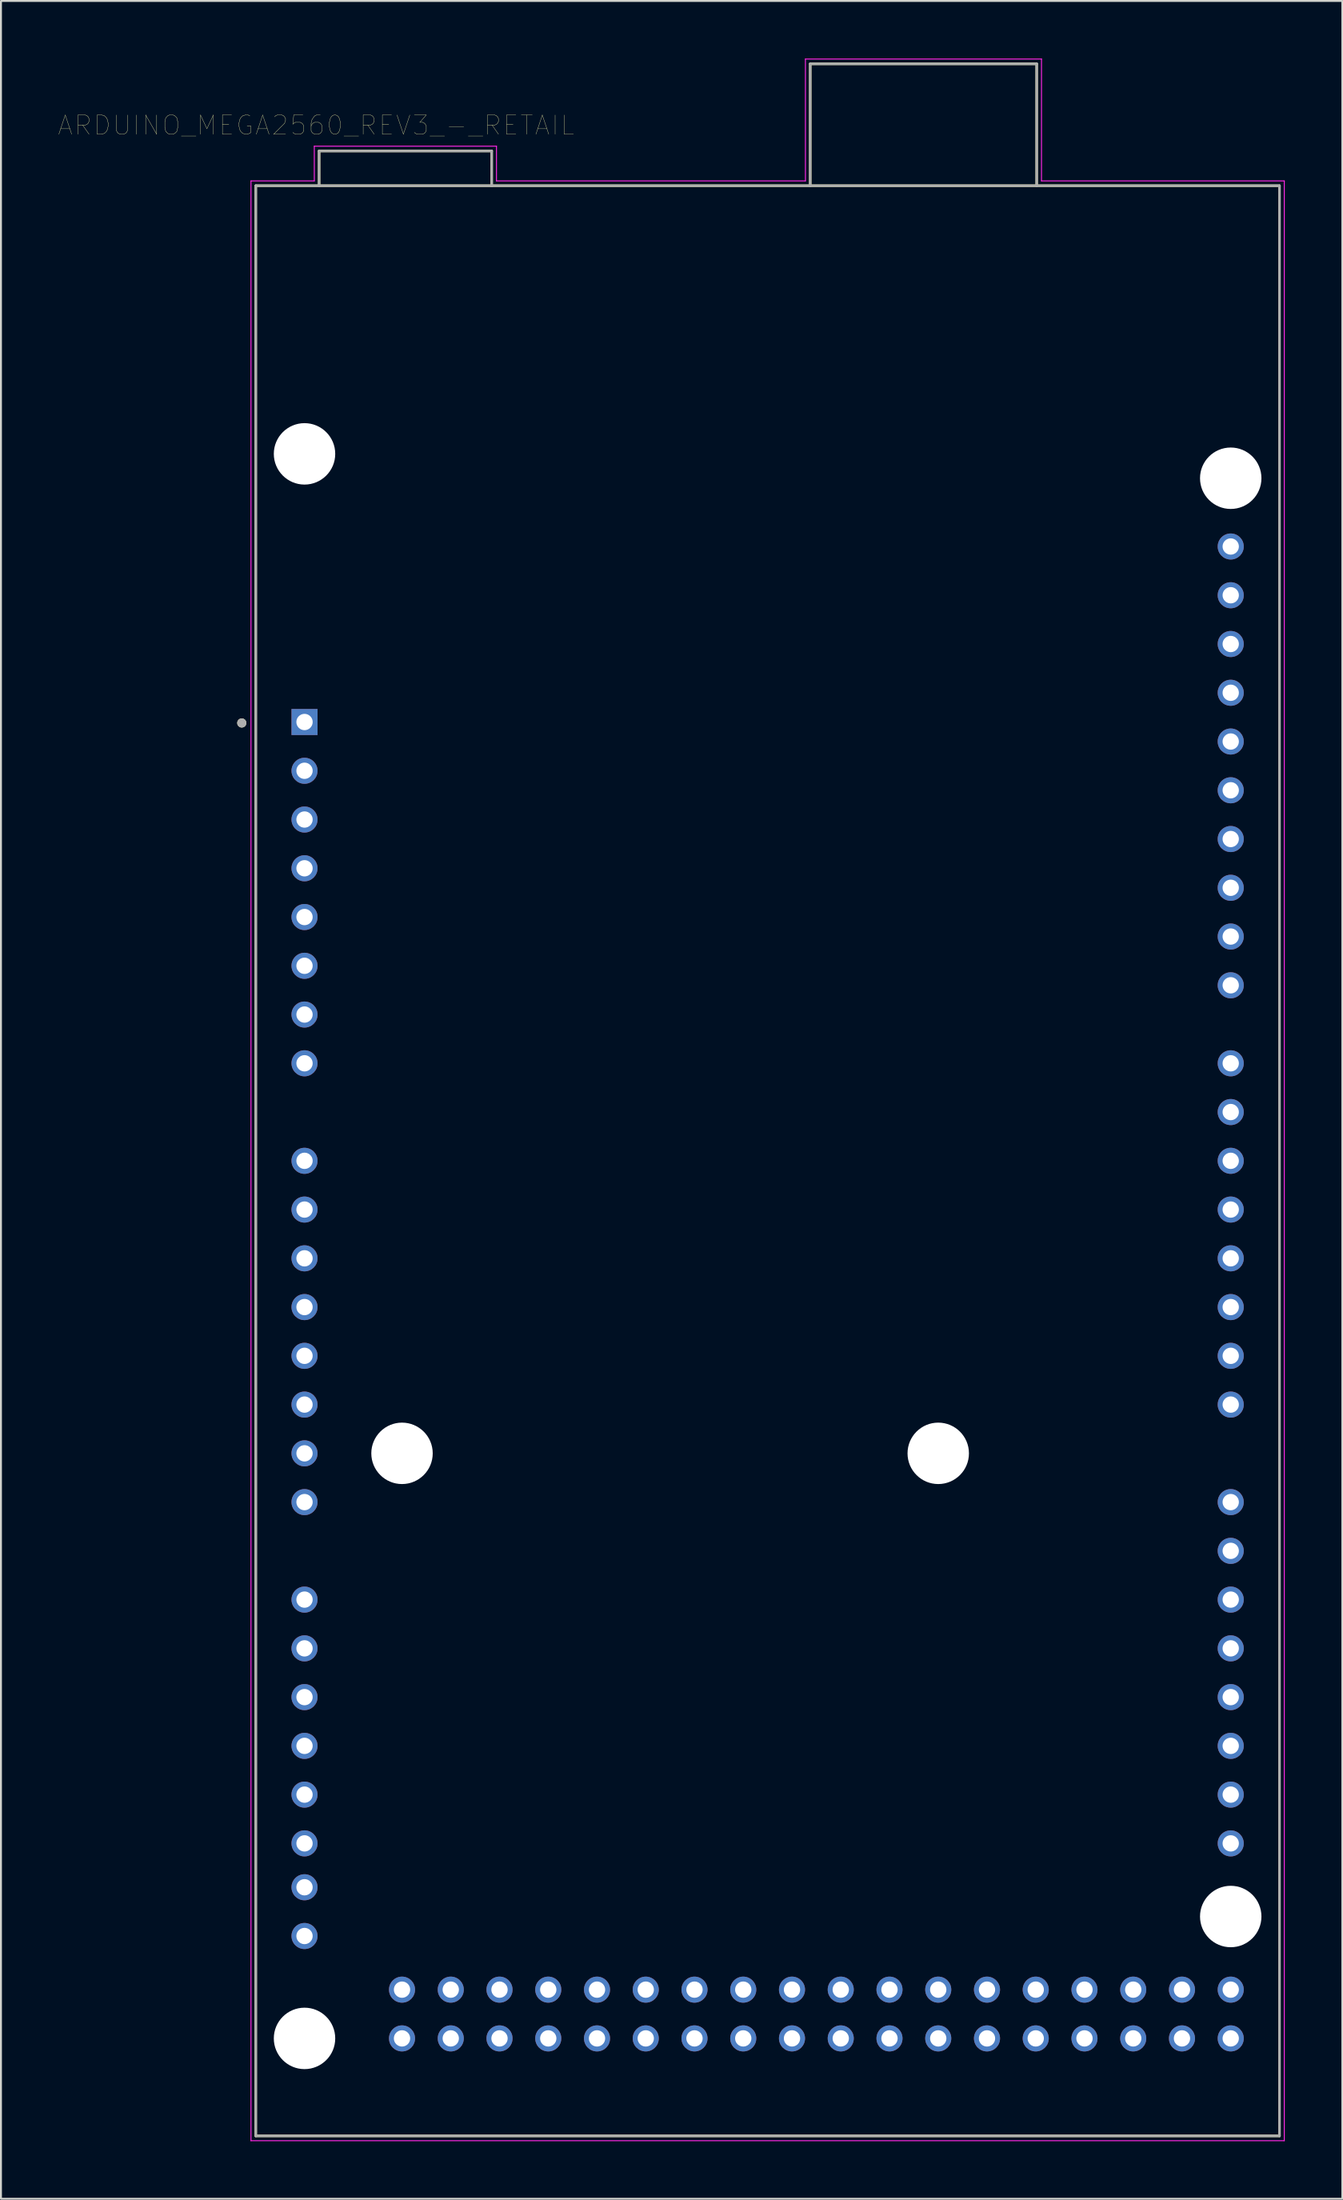
<source format=kicad_pcb>
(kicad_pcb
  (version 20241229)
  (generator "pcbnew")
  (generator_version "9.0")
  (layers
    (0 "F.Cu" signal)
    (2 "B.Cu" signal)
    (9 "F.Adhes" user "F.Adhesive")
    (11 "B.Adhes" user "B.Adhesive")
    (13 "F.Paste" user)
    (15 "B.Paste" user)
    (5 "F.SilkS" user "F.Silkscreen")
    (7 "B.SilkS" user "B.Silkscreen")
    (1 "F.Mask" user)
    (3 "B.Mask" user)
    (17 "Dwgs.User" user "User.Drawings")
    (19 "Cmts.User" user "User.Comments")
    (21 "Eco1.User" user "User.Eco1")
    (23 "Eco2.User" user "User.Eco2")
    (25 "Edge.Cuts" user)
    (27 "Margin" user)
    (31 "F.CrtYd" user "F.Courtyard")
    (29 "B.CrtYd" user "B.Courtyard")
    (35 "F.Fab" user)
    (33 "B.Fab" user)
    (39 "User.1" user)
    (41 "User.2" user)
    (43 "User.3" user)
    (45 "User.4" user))
  (footprint "ARDUINO_MEGA2560_REV3_-_RETAIL"
    (layer "F.Cu")
    (at 36.947 57.425)
    (property "Reference" "ARDUINO_MEGA2560_REV3_-_RETAIL" (at -23.525 -53.945 0) (layer "F.SilkS") (effects (font (size 1 1) (thickness 0.015))))
    (attr through_hole)
    (fp_line (start -26.67 -50.8) (end -23.37 -50.8) (stroke (width 0.127) (type solid)) (layer "F.SilkS"))
    (fp_line (start -26.67 50.8) (end -26.67 -50.8) (stroke (width 0.127) (type solid)) (layer "F.SilkS"))
    (fp_line (start -23.37 -52.61) (end -14.378 -52.61) (stroke (width 0.127) (type solid)) (layer "F.SilkS"))
    (fp_line (start -23.37 -50.8) (end -23.37 -52.61) (stroke (width 0.127) (type solid)) (layer "F.SilkS"))
    (fp_line (start -23.37 -50.8) (end -14.378 -50.8) (stroke (width 0.127) (type solid)) (layer "F.SilkS"))
    (fp_line (start -14.378 -52.61) (end -14.378 -50.8) (stroke (width 0.127) (type solid)) (layer "F.SilkS"))
    (fp_line (start -14.378 -50.8) (end 2.22 -50.8) (stroke (width 0.127) (type solid)) (layer "F.SilkS"))
    (fp_line (start 2.22 -57.15) (end 2.22 -50.8) (stroke (width 0.127) (type solid)) (layer "F.SilkS"))
    (fp_line (start 2.22 -50.8) (end 14.02 -50.8) (stroke (width 0.127) (type solid)) (layer "F.SilkS"))
    (fp_line (start 14.02 -57.15) (end 2.22 -57.15) (stroke (width 0.127) (type solid)) (layer "F.SilkS"))
    (fp_line (start 14.02 -50.8) (end 14.02 -57.15) (stroke (width 0.127) (type solid)) (layer "F.SilkS"))
    (fp_line (start 14.02 -50.8) (end 26.67 -50.8) (stroke (width 0.127) (type solid)) (layer "F.SilkS"))
    (fp_line (start 26.67 -50.8) (end 26.67 50.8) (stroke (width 0.127) (type solid)) (layer "F.SilkS"))
    (fp_line (start 26.67 50.8) (end -26.67 50.8) (stroke (width 0.127) (type solid)) (layer "F.SilkS"))
    (fp_circle (center -27.4 -22.81) (end -27.28 -22.81) (stroke (width 0.24) (type solid)) (fill no) (layer "F.SilkS"))
    (fp_line (start -26.92 -51.05) (end -23.62 -51.05) (stroke (width 0.05) (type solid)) (layer "F.CrtYd"))
    (fp_line (start -26.92 51.05) (end -26.92 -51.05) (stroke (width 0.05) (type solid)) (layer "F.CrtYd"))
    (fp_line (start -23.62 -52.86) (end -14.128 -52.86) (stroke (width 0.05) (type solid)) (layer "F.CrtYd"))
    (fp_line (start -23.62 -51.05) (end -23.62 -52.86) (stroke (width 0.05) (type solid)) (layer "F.CrtYd"))
    (fp_line (start -14.128 -52.86) (end -14.128 -51.05) (stroke (width 0.05) (type solid)) (layer "F.CrtYd"))
    (fp_line (start -14.128 -51.05) (end 1.97 -51.05) (stroke (width 0.05) (type solid)) (layer "F.CrtYd"))
    (fp_line (start 1.97 -57.4) (end 14.27 -57.4) (stroke (width 0.05) (type solid)) (layer "F.CrtYd"))
    (fp_line (start 1.97 -51.05) (end 1.97 -57.4) (stroke (width 0.05) (type solid)) (layer "F.CrtYd"))
    (fp_line (start 14.27 -57.4) (end 14.27 -51.05) (stroke (width 0.05) (type solid)) (layer "F.CrtYd"))
    (fp_line (start 14.27 -51.05) (end 26.92 -51.05) (stroke (width 0.05) (type solid)) (layer "F.CrtYd"))
    (fp_line (start 26.92 -51.05) (end 26.92 51.05) (stroke (width 0.05) (type solid)) (layer "F.CrtYd"))
    (fp_line (start 26.92 51.05) (end -26.92 51.05) (stroke (width 0.05) (type solid)) (layer "F.CrtYd"))
    (fp_line (start -26.67 -50.8) (end -23.37 -50.8) (stroke (width 0.127) (type solid)) (layer "F.Fab"))
    (fp_line (start -26.67 50.8) (end -26.67 -50.8) (stroke (width 0.127) (type solid)) (layer "F.Fab"))
    (fp_line (start -23.37 -52.61) (end -14.378 -52.61) (stroke (width 0.127) (type solid)) (layer "F.Fab"))
    (fp_line (start -23.37 -50.8) (end -23.37 -52.61) (stroke (width 0.127) (type solid)) (layer "F.Fab"))
    (fp_line (start -23.37 -50.8) (end -14.378 -50.8) (stroke (width 0.127) (type solid)) (layer "F.Fab"))
    (fp_line (start -14.378 -52.61) (end -14.378 -50.8) (stroke (width 0.127) (type solid)) (layer "F.Fab"))
    (fp_line (start -14.378 -50.8) (end 2.22 -50.8) (stroke (width 0.127) (type solid)) (layer "F.Fab"))
    (fp_line (start 2.22 -57.15) (end 2.22 -50.8) (stroke (width 0.127) (type solid)) (layer "F.Fab"))
    (fp_line (start 2.22 -50.8) (end 14.02 -50.8) (stroke (width 0.127) (type solid)) (layer "F.Fab"))
    (fp_line (start 14.02 -57.15) (end 2.22 -57.15) (stroke (width 0.127) (type solid)) (layer "F.Fab"))
    (fp_line (start 14.02 -50.8) (end 14.02 -57.15) (stroke (width 0.127) (type solid)) (layer "F.Fab"))
    (fp_line (start 14.02 -50.8) (end 26.67 -50.8) (stroke (width 0.127) (type solid)) (layer "F.Fab"))
    (fp_line (start 26.67 -50.8) (end 26.67 50.8) (stroke (width 0.127) (type solid)) (layer "F.Fab"))
    (fp_line (start 26.67 50.8) (end -26.67 50.8) (stroke (width 0.127) (type solid)) (layer "F.Fab"))
    (fp_circle (center -27.4 -22.81) (end -27.28 -22.81) (stroke (width 0.24) (type solid)) (fill no) (layer "F.Fab"))
    (pad "" np_thru_hole circle (at -24.13 -36.83) (size 3.2 3.2) (drill 3.2) (layers "*.Cu" "*.Mask"))
    (pad "" np_thru_hole circle (at -24.13 45.72) (size 3.2 3.2) (drill 3.2) (layers "*.Cu" "*.Mask"))
    (pad "" np_thru_hole circle (at -19.05 15.24) (size 3.2 3.2) (drill 3.2) (layers "*.Cu" "*.Mask"))
    (pad "" np_thru_hole circle (at 8.89 15.24) (size 3.2 3.2) (drill 3.2) (layers "*.Cu" "*.Mask"))
    (pad "" np_thru_hole circle (at 24.13 -35.56) (size 3.2 3.2) (drill 3.2) (layers "*.Cu" "*.Mask"))
    (pad "" np_thru_hole circle (at 24.13 39.37) (size 3.2 3.2) (drill 3.2) (layers "*.Cu" "*.Mask"))
    (pad "0" thru_hole circle (at 24.13 12.7) (size 1.358 1.358) (drill 0.85) (layers "*.Cu" "*.Mask"))
    (pad "1" thru_hole circle (at 24.13 10.16) (size 1.358 1.358) (drill 0.85) (layers "*.Cu" "*.Mask"))
    (pad "2" thru_hole circle (at 24.13 7.62) (size 1.358 1.358) (drill 0.85) (layers "*.Cu" "*.Mask"))
    (pad "3" thru_hole circle (at 24.13 5.08) (size 1.358 1.358) (drill 0.85) (layers "*.Cu" "*.Mask"))
    (pad "3V3" thru_hole circle (at -24.13 -15.24) (size 1.358 1.358) (drill 0.85) (layers "*.Cu" "*.Mask"))
    (pad "4" thru_hole circle (at 24.13 2.54) (size 1.358 1.358) (drill 0.85) (layers "*.Cu" "*.Mask"))
    (pad "5" thru_hole circle (at 24.13 0) (size 1.358 1.358) (drill 0.85) (layers "*.Cu" "*.Mask"))
    (pad "5V_1" thru_hole circle (at -24.13 -12.7) (size 1.358 1.358) (drill 0.85) (layers "*.Cu" "*.Mask"))
    (pad "5V_2" thru_hole circle (at 24.13 43.18) (size 1.358 1.358) (drill 0.85) (layers "*.Cu" "*.Mask"))
    (pad "5V_3" thru_hole circle (at 24.13 45.72) (size 1.358 1.358) (drill 0.85) (layers "*.Cu" "*.Mask"))
    (pad "6" thru_hole circle (at 24.13 -2.54) (size 1.358 1.358) (drill 0.85) (layers "*.Cu" "*.Mask"))
    (pad "7" thru_hole circle (at 24.13 -5.08) (size 1.358 1.358) (drill 0.85) (layers "*.Cu" "*.Mask"))
    (pad "8" thru_hole circle (at 24.13 -9.144) (size 1.358 1.358) (drill 0.85) (layers "*.Cu" "*.Mask"))
    (pad "9" thru_hole circle (at 24.13 -11.684) (size 1.358 1.358) (drill 0.85) (layers "*.Cu" "*.Mask"))
    (pad "10" thru_hole circle (at 24.13 -14.224) (size 1.358 1.358) (drill 0.85) (layers "*.Cu" "*.Mask"))
    (pad "11" thru_hole circle (at 24.13 -16.764) (size 1.358 1.358) (drill 0.85) (layers "*.Cu" "*.Mask"))
    (pad "12" thru_hole circle (at 24.13 -19.304) (size 1.358 1.358) (drill 0.85) (layers "*.Cu" "*.Mask"))
    (pad "13" thru_hole circle (at 24.13 -21.844) (size 1.358 1.358) (drill 0.85) (layers "*.Cu" "*.Mask"))
    (pad "14" thru_hole circle (at 24.13 17.78) (size 1.358 1.358) (drill 0.85) (layers "*.Cu" "*.Mask"))
    (pad "15" thru_hole circle (at 24.13 20.32) (size 1.358 1.358) (drill 0.85) (layers "*.Cu" "*.Mask"))
    (pad "16" thru_hole circle (at 24.13 22.86) (size 1.358 1.358) (drill 0.85) (layers "*.Cu" "*.Mask"))
    (pad "17" thru_hole circle (at 24.13 25.4) (size 1.358 1.358) (drill 0.85) (layers "*.Cu" "*.Mask"))
    (pad "18" thru_hole circle (at 24.13 27.94) (size 1.358 1.358) (drill 0.85) (layers "*.Cu" "*.Mask"))
    (pad "19" thru_hole circle (at 24.13 30.48) (size 1.358 1.358) (drill 0.85) (layers "*.Cu" "*.Mask"))
    (pad "20" thru_hole circle (at 24.13 33.02) (size 1.358 1.358) (drill 0.85) (layers "*.Cu" "*.Mask"))
    (pad "21" thru_hole circle (at 24.13 35.56) (size 1.358 1.358) (drill 0.85) (layers "*.Cu" "*.Mask"))
    (pad "22" thru_hole circle (at 21.59 43.18) (size 1.358 1.358) (drill 0.85) (layers "*.Cu" "*.Mask"))
    (pad "23" thru_hole circle (at 21.59 45.72) (size 1.358 1.358) (drill 0.85) (layers "*.Cu" "*.Mask"))
    (pad "24" thru_hole circle (at 19.05 43.18) (size 1.358 1.358) (drill 0.85) (layers "*.Cu" "*.Mask"))
    (pad "25" thru_hole circle (at 19.05 45.72) (size 1.358 1.358) (drill 0.85) (layers "*.Cu" "*.Mask"))
    (pad "26" thru_hole circle (at 16.51 43.18) (size 1.358 1.358) (drill 0.85) (layers "*.Cu" "*.Mask"))
    (pad "27" thru_hole circle (at 16.51 45.72) (size 1.358 1.358) (drill 0.85) (layers "*.Cu" "*.Mask"))
    (pad "28" thru_hole circle (at 13.97 43.18) (size 1.358 1.358) (drill 0.85) (layers "*.Cu" "*.Mask"))
    (pad "29" thru_hole circle (at 13.97 45.72) (size 1.358 1.358) (drill 0.85) (layers "*.Cu" "*.Mask"))
    (pad "30" thru_hole circle (at 11.43 43.18) (size 1.358 1.358) (drill 0.85) (layers "*.Cu" "*.Mask"))
    (pad "31" thru_hole circle (at 11.43 45.72) (size 1.358 1.358) (drill 0.85) (layers "*.Cu" "*.Mask"))
    (pad "32" thru_hole circle (at 8.89 43.18) (size 1.358 1.358) (drill 0.85) (layers "*.Cu" "*.Mask"))
    (pad "33" thru_hole circle (at 8.89 45.72) (size 1.358 1.358) (drill 0.85) (layers "*.Cu" "*.Mask"))
    (pad "34" thru_hole circle (at 6.35 43.18) (size 1.358 1.358) (drill 0.85) (layers "*.Cu" "*.Mask"))
    (pad "35" thru_hole circle (at 6.35 45.72) (size 1.358 1.358) (drill 0.85) (layers "*.Cu" "*.Mask"))
    (pad "36" thru_hole circle (at 3.81 43.18) (size 1.358 1.358) (drill 0.85) (layers "*.Cu" "*.Mask"))
    (pad "37" thru_hole circle (at 3.81 45.72) (size 1.358 1.358) (drill 0.85) (layers "*.Cu" "*.Mask"))
    (pad "38" thru_hole circle (at 1.27 43.18) (size 1.358 1.358) (drill 0.85) (layers "*.Cu" "*.Mask"))
    (pad "39" thru_hole circle (at 1.27 45.72) (size 1.358 1.358) (drill 0.85) (layers "*.Cu" "*.Mask"))
    (pad "40" thru_hole circle (at -1.27 43.18) (size 1.358 1.358) (drill 0.85) (layers "*.Cu" "*.Mask"))
    (pad "41" thru_hole circle (at -1.27 45.72) (size 1.358 1.358) (drill 0.85) (layers "*.Cu" "*.Mask"))
    (pad "42" thru_hole circle (at -3.81 43.18) (size 1.358 1.358) (drill 0.85) (layers "*.Cu" "*.Mask"))
    (pad "43" thru_hole circle (at -3.81 45.72) (size 1.358 1.358) (drill 0.85) (layers "*.Cu" "*.Mask"))
    (pad "44" thru_hole circle (at -6.35 43.18) (size 1.358 1.358) (drill 0.85) (layers "*.Cu" "*.Mask"))
    (pad "45" thru_hole circle (at -6.35 45.72) (size 1.358 1.358) (drill 0.85) (layers "*.Cu" "*.Mask"))
    (pad "46" thru_hole circle (at -8.89 43.18) (size 1.358 1.358) (drill 0.85) (layers "*.Cu" "*.Mask"))
    (pad "47" thru_hole circle (at -8.89 45.72) (size 1.358 1.358) (drill 0.85) (layers "*.Cu" "*.Mask"))
    (pad "48" thru_hole circle (at -11.43 43.18) (size 1.358 1.358) (drill 0.85) (layers "*.Cu" "*.Mask"))
    (pad "49" thru_hole circle (at -11.43 45.72) (size 1.358 1.358) (drill 0.85) (layers "*.Cu" "*.Mask"))
    (pad "50" thru_hole circle (at -13.97 43.18) (size 1.358 1.358) (drill 0.85) (layers "*.Cu" "*.Mask"))
    (pad "51" thru_hole circle (at -13.97 45.72) (size 1.358 1.358) (drill 0.85) (layers "*.Cu" "*.Mask"))
    (pad "52" thru_hole circle (at -16.51 43.18) (size 1.358 1.358) (drill 0.85) (layers "*.Cu" "*.Mask"))
    (pad "53" thru_hole circle (at -16.51 45.72) (size 1.358 1.358) (drill 0.85) (layers "*.Cu" "*.Mask"))
    (pad "AD0" thru_hole circle (at -24.13 0) (size 1.358 1.358) (drill 0.85) (layers "*.Cu" "*.Mask"))
    (pad "AD1" thru_hole circle (at -24.13 2.54) (size 1.358 1.358) (drill 0.85) (layers "*.Cu" "*.Mask"))
    (pad "AD2" thru_hole circle (at -24.13 5.08) (size 1.358 1.358) (drill 0.85) (layers "*.Cu" "*.Mask"))
    (pad "AD3" thru_hole circle (at -24.13 7.62) (size 1.358 1.358) (drill 0.85) (layers "*.Cu" "*.Mask"))
    (pad "AD4" thru_hole circle (at -24.13 10.16) (size 1.358 1.358) (drill 0.85) (layers "*.Cu" "*.Mask"))
    (pad "AD5" thru_hole circle (at -24.13 12.7) (size 1.358 1.358) (drill 0.85) (layers "*.Cu" "*.Mask"))
    (pad "AD6" thru_hole circle (at -24.13 15.24) (size 1.358 1.358) (drill 0.85) (layers "*.Cu" "*.Mask"))
    (pad "AD7" thru_hole circle (at -24.13 17.78) (size 1.358 1.358) (drill 0.85) (layers "*.Cu" "*.Mask"))
    (pad "AD8" thru_hole circle (at -24.13 22.86) (size 1.358 1.358) (drill 0.85) (layers "*.Cu" "*.Mask"))
    (pad "AD9" thru_hole circle (at -24.13 25.4) (size 1.358 1.358) (drill 0.85) (layers "*.Cu" "*.Mask"))
    (pad "AD10" thru_hole circle (at -24.13 27.94) (size 1.358 1.358) (drill 0.85) (layers "*.Cu" "*.Mask"))
    (pad "AD11" thru_hole circle (at -24.13 30.48) (size 1.358 1.358) (drill 0.85) (layers "*.Cu" "*.Mask"))
    (pad "AD12" thru_hole circle (at -24.13 33.02) (size 1.358 1.358) (drill 0.85) (layers "*.Cu" "*.Mask"))
    (pad "AD13" thru_hole circle (at -24.13 35.56) (size 1.358 1.358) (drill 0.85) (layers "*.Cu" "*.Mask"))
    (pad "AD14" thru_hole circle (at -24.13 37.846) (size 1.358 1.358) (drill 0.85) (layers "*.Cu" "*.Mask"))
    (pad "AD15" thru_hole circle (at -24.13 40.386) (size 1.358 1.358) (drill 0.85) (layers "*.Cu" "*.Mask"))
    (pad "AREF" thru_hole circle (at 24.13 -26.924) (size 1.358 1.358) (drill 0.85) (layers "*.Cu" "*.Mask"))
    (pad "GND1" thru_hole circle (at -24.13 -10.16) (size 1.358 1.358) (drill 0.85) (layers "*.Cu" "*.Mask"))
    (pad "GND2" thru_hole circle (at -24.13 -7.62) (size 1.358 1.358) (drill 0.85) (layers "*.Cu" "*.Mask"))
    (pad "GND3" thru_hole circle (at 24.13 -24.384) (size 1.358 1.358) (drill 0.85) (layers "*.Cu" "*.Mask"))
    (pad "GND4" thru_hole circle (at -19.05 43.18) (size 1.358 1.358) (drill 0.85) (layers "*.Cu" "*.Mask"))
    (pad "GND5" thru_hole circle (at -19.05 45.72) (size 1.358 1.358) (drill 0.85) (layers "*.Cu" "*.Mask"))
    (pad "IOREF" thru_hole circle (at -24.13 -20.32) (size 1.358 1.358) (drill 0.85) (layers "*.Cu" "*.Mask"))
    (pad "NC" thru_hole rect (at -24.13 -22.86) (size 1.358 1.358) (drill 0.85) (layers "*.Cu" "*.Mask"))
    (pad "RESET" thru_hole circle (at -24.13 -17.78) (size 1.358 1.358) (drill 0.85) (layers "*.Cu" "*.Mask"))
    (pad "SCL" thru_hole circle (at 24.13 -32.004) (size 1.358 1.358) (drill 0.85) (layers "*.Cu" "*.Mask"))
    (pad "SDA" thru_hole circle (at 24.13 -29.464) (size 1.358 1.358) (drill 0.85) (layers "*.Cu" "*.Mask"))
    (pad "VIN" thru_hole circle (at -24.13 -5.08) (size 1.358 1.358) (drill 0.85) (layers "*.Cu" "*.Mask")))
  (gr_rect
    (start -3 -3)
    (end 66.892 111.5)
    (stroke (width 0.1) (type default))
    (fill no)
    (layer "Edge.Cuts")))
</source>
